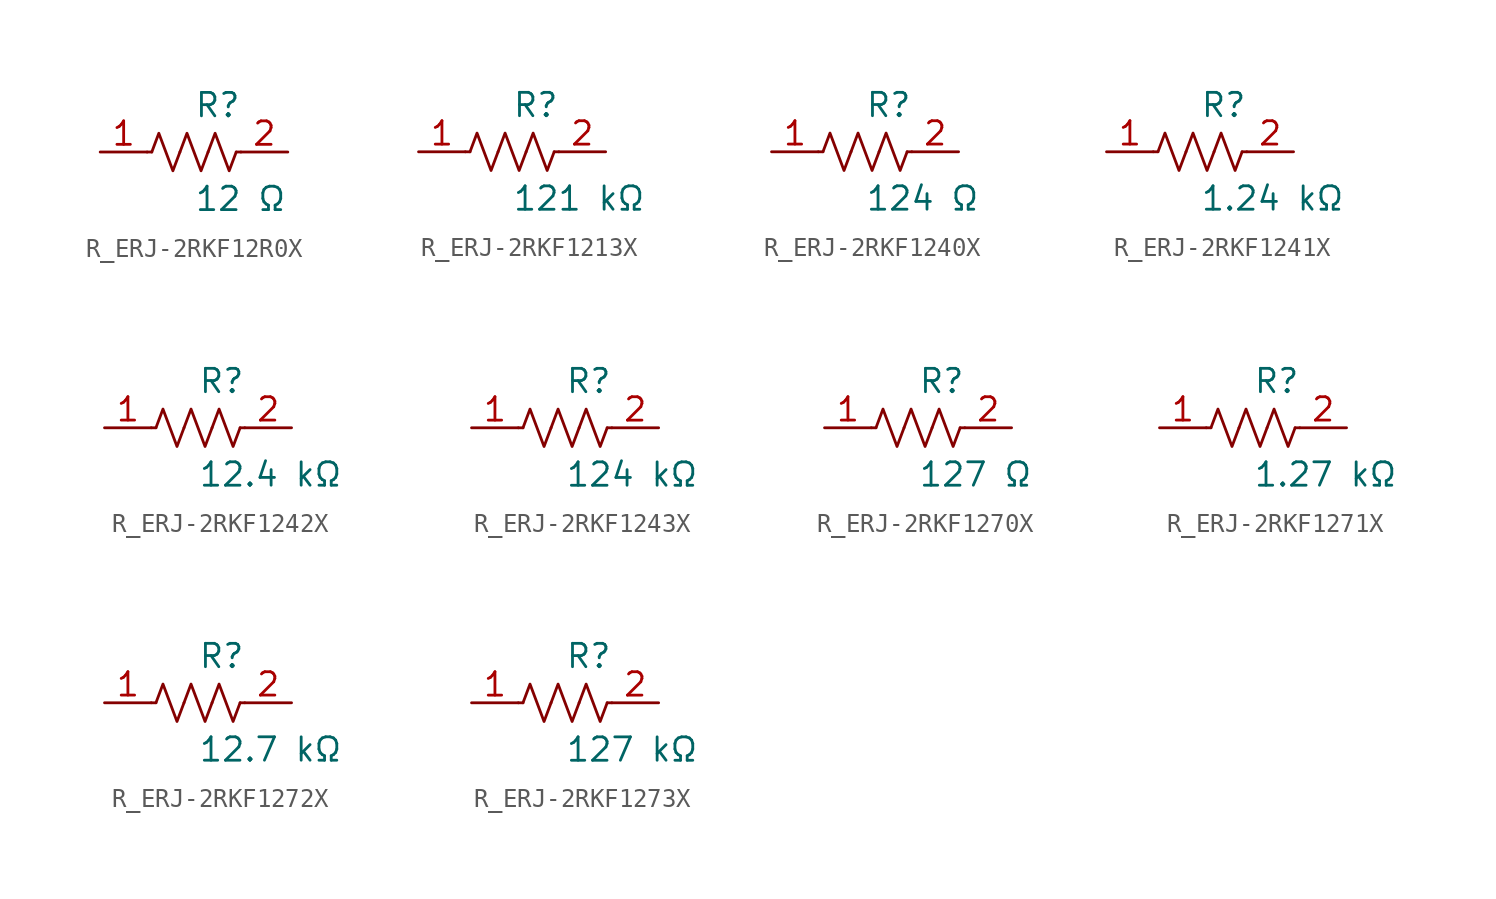
<source format=kicad_sym>
(kicad_symbol_lib
  (version 20231120)
  (generator kicad_symbol_editor)
  (generator_version 8.0)
  (symbol "R_ERJ-2RKF12R0X"
    (pin_names
      (offset 0.254))
    (property "Reference" "R"
      (at 0 2.54 0)
      (effects (font (size 1.27 1.27)) (justify left)))
    (property "Value" "12 Ω"
      (at 0 -2.54 0)
      (effects (font (size 1.27 1.27)) (justify left)))
    (symbol "R_ERJ-2RKF12R0X_0_1"
      (polyline (pts (xy 2.286 0) (xy 2.54 0)) (stroke (width 0) (type default)) (fill (type none)))
      (polyline (pts (xy -2.286 0) (xy -2.54 0)) (stroke (width 0) (type default)) (fill (type none)))
      (polyline (pts (xy 0.762 0) (xy 1.143 1.016) (xy 1.524 0) (xy 1.905 -1.016) (xy 2.286 0)) (stroke (width 0) (type default)) (fill (type none)))
      (polyline (pts (xy -0.762 0) (xy -0.381 1.016) (xy 0 0) (xy 0.381 -1.016) (xy 0.762 0)) (stroke (width 0) (type default)) (fill (type none)))
      (polyline (pts (xy -2.286 0) (xy -1.905 1.016) (xy -1.524 0) (xy -1.143 -1.016) (xy -0.762 0)) (stroke (width 0) (type default)) (fill (type none))))
    (pin passive line
      (at -5.08 0 0)
      (length 2.54)
      (name "" (effects (font (size 1.27 1.27))))
      (number "1" (effects (font (size 1.27 1.27)))))
    (pin passive line
      (at 5.08 0 180)
      (length 2.54)
      (name "" (effects (font (size 1.27 1.27))))
      (number "2" (effects (font (size 1.27 1.27))))))
  (symbol "R_ERJ-2RKF1213X"
    (pin_names
      (offset 0.254))
    (property "Reference" "R"
      (at 0 2.54 0)
      (effects (font (size 1.27 1.27)) (justify left)))
    (property "Value" "121 kΩ"
      (at 0 -2.54 0)
      (effects (font (size 1.27 1.27)) (justify left)))
    (symbol "R_ERJ-2RKF1213X_0_1"
      (polyline (pts (xy 2.286 0) (xy 2.54 0)) (stroke (width 0) (type default)) (fill (type none)))
      (polyline (pts (xy -2.286 0) (xy -2.54 0)) (stroke (width 0) (type default)) (fill (type none)))
      (polyline (pts (xy 0.762 0) (xy 1.143 1.016) (xy 1.524 0) (xy 1.905 -1.016) (xy 2.286 0)) (stroke (width 0) (type default)) (fill (type none)))
      (polyline (pts (xy -0.762 0) (xy -0.381 1.016) (xy 0 0) (xy 0.381 -1.016) (xy 0.762 0)) (stroke (width 0) (type default)) (fill (type none)))
      (polyline (pts (xy -2.286 0) (xy -1.905 1.016) (xy -1.524 0) (xy -1.143 -1.016) (xy -0.762 0)) (stroke (width 0) (type default)) (fill (type none))))
    (pin passive line
      (at -5.08 0 0)
      (length 2.54)
      (name "" (effects (font (size 1.27 1.27))))
      (number "1" (effects (font (size 1.27 1.27)))))
    (pin passive line
      (at 5.08 0 180)
      (length 2.54)
      (name "" (effects (font (size 1.27 1.27))))
      (number "2" (effects (font (size 1.27 1.27))))))
  (symbol "R_ERJ-2RKF1240X"
    (pin_names
      (offset 0.254))
    (property "Reference" "R"
      (at 0 2.54 0)
      (effects (font (size 1.27 1.27)) (justify left)))
    (property "Value" "124 Ω"
      (at 0 -2.54 0)
      (effects (font (size 1.27 1.27)) (justify left)))
    (symbol "R_ERJ-2RKF1240X_0_1"
      (polyline (pts (xy 2.286 0) (xy 2.54 0)) (stroke (width 0) (type default)) (fill (type none)))
      (polyline (pts (xy -2.286 0) (xy -2.54 0)) (stroke (width 0) (type default)) (fill (type none)))
      (polyline (pts (xy 0.762 0) (xy 1.143 1.016) (xy 1.524 0) (xy 1.905 -1.016) (xy 2.286 0)) (stroke (width 0) (type default)) (fill (type none)))
      (polyline (pts (xy -0.762 0) (xy -0.381 1.016) (xy 0 0) (xy 0.381 -1.016) (xy 0.762 0)) (stroke (width 0) (type default)) (fill (type none)))
      (polyline (pts (xy -2.286 0) (xy -1.905 1.016) (xy -1.524 0) (xy -1.143 -1.016) (xy -0.762 0)) (stroke (width 0) (type default)) (fill (type none))))
    (pin passive line
      (at -5.08 0 0)
      (length 2.54)
      (name "" (effects (font (size 1.27 1.27))))
      (number "1" (effects (font (size 1.27 1.27)))))
    (pin passive line
      (at 5.08 0 180)
      (length 2.54)
      (name "" (effects (font (size 1.27 1.27))))
      (number "2" (effects (font (size 1.27 1.27))))))
  (symbol "R_ERJ-2RKF1241X"
    (pin_names
      (offset 0.254))
    (property "Reference" "R"
      (at 0 2.54 0)
      (effects (font (size 1.27 1.27)) (justify left)))
    (property "Value" "1.24 kΩ"
      (at 0 -2.54 0)
      (effects (font (size 1.27 1.27)) (justify left)))
    (symbol "R_ERJ-2RKF1241X_0_1"
      (polyline (pts (xy 2.286 0) (xy 2.54 0)) (stroke (width 0) (type default)) (fill (type none)))
      (polyline (pts (xy -2.286 0) (xy -2.54 0)) (stroke (width 0) (type default)) (fill (type none)))
      (polyline (pts (xy 0.762 0) (xy 1.143 1.016) (xy 1.524 0) (xy 1.905 -1.016) (xy 2.286 0)) (stroke (width 0) (type default)) (fill (type none)))
      (polyline (pts (xy -0.762 0) (xy -0.381 1.016) (xy 0 0) (xy 0.381 -1.016) (xy 0.762 0)) (stroke (width 0) (type default)) (fill (type none)))
      (polyline (pts (xy -2.286 0) (xy -1.905 1.016) (xy -1.524 0) (xy -1.143 -1.016) (xy -0.762 0)) (stroke (width 0) (type default)) (fill (type none))))
    (pin passive line
      (at -5.08 0 0)
      (length 2.54)
      (name "" (effects (font (size 1.27 1.27))))
      (number "1" (effects (font (size 1.27 1.27)))))
    (pin passive line
      (at 5.08 0 180)
      (length 2.54)
      (name "" (effects (font (size 1.27 1.27))))
      (number "2" (effects (font (size 1.27 1.27))))))
  (symbol "R_ERJ-2RKF1242X"
    (pin_names
      (offset 0.254))
    (property "Reference" "R"
      (at 0 2.54 0)
      (effects (font (size 1.27 1.27)) (justify left)))
    (property "Value" "12.4 kΩ"
      (at 0 -2.54 0)
      (effects (font (size 1.27 1.27)) (justify left)))
    (symbol "R_ERJ-2RKF1242X_0_1"
      (polyline (pts (xy 2.286 0) (xy 2.54 0)) (stroke (width 0) (type default)) (fill (type none)))
      (polyline (pts (xy -2.286 0) (xy -2.54 0)) (stroke (width 0) (type default)) (fill (type none)))
      (polyline (pts (xy 0.762 0) (xy 1.143 1.016) (xy 1.524 0) (xy 1.905 -1.016) (xy 2.286 0)) (stroke (width 0) (type default)) (fill (type none)))
      (polyline (pts (xy -0.762 0) (xy -0.381 1.016) (xy 0 0) (xy 0.381 -1.016) (xy 0.762 0)) (stroke (width 0) (type default)) (fill (type none)))
      (polyline (pts (xy -2.286 0) (xy -1.905 1.016) (xy -1.524 0) (xy -1.143 -1.016) (xy -0.762 0)) (stroke (width 0) (type default)) (fill (type none))))
    (pin passive line
      (at -5.08 0 0)
      (length 2.54)
      (name "" (effects (font (size 1.27 1.27))))
      (number "1" (effects (font (size 1.27 1.27)))))
    (pin passive line
      (at 5.08 0 180)
      (length 2.54)
      (name "" (effects (font (size 1.27 1.27))))
      (number "2" (effects (font (size 1.27 1.27))))))
  (symbol "R_ERJ-2RKF1243X"
    (pin_names
      (offset 0.254))
    (property "Reference" "R"
      (at 0 2.54 0)
      (effects (font (size 1.27 1.27)) (justify left)))
    (property "Value" "124 kΩ"
      (at 0 -2.54 0)
      (effects (font (size 1.27 1.27)) (justify left)))
    (symbol "R_ERJ-2RKF1243X_0_1"
      (polyline (pts (xy 2.286 0) (xy 2.54 0)) (stroke (width 0) (type default)) (fill (type none)))
      (polyline (pts (xy -2.286 0) (xy -2.54 0)) (stroke (width 0) (type default)) (fill (type none)))
      (polyline (pts (xy 0.762 0) (xy 1.143 1.016) (xy 1.524 0) (xy 1.905 -1.016) (xy 2.286 0)) (stroke (width 0) (type default)) (fill (type none)))
      (polyline (pts (xy -0.762 0) (xy -0.381 1.016) (xy 0 0) (xy 0.381 -1.016) (xy 0.762 0)) (stroke (width 0) (type default)) (fill (type none)))
      (polyline (pts (xy -2.286 0) (xy -1.905 1.016) (xy -1.524 0) (xy -1.143 -1.016) (xy -0.762 0)) (stroke (width 0) (type default)) (fill (type none))))
    (pin passive line
      (at -5.08 0 0)
      (length 2.54)
      (name "" (effects (font (size 1.27 1.27))))
      (number "1" (effects (font (size 1.27 1.27)))))
    (pin passive line
      (at 5.08 0 180)
      (length 2.54)
      (name "" (effects (font (size 1.27 1.27))))
      (number "2" (effects (font (size 1.27 1.27))))))
  (symbol "R_ERJ-2RKF1270X"
    (pin_names
      (offset 0.254))
    (property "Reference" "R"
      (at 0 2.54 0)
      (effects (font (size 1.27 1.27)) (justify left)))
    (property "Value" "127 Ω"
      (at 0 -2.54 0)
      (effects (font (size 1.27 1.27)) (justify left)))
    (symbol "R_ERJ-2RKF1270X_0_1"
      (polyline (pts (xy 2.286 0) (xy 2.54 0)) (stroke (width 0) (type default)) (fill (type none)))
      (polyline (pts (xy -2.286 0) (xy -2.54 0)) (stroke (width 0) (type default)) (fill (type none)))
      (polyline (pts (xy 0.762 0) (xy 1.143 1.016) (xy 1.524 0) (xy 1.905 -1.016) (xy 2.286 0)) (stroke (width 0) (type default)) (fill (type none)))
      (polyline (pts (xy -0.762 0) (xy -0.381 1.016) (xy 0 0) (xy 0.381 -1.016) (xy 0.762 0)) (stroke (width 0) (type default)) (fill (type none)))
      (polyline (pts (xy -2.286 0) (xy -1.905 1.016) (xy -1.524 0) (xy -1.143 -1.016) (xy -0.762 0)) (stroke (width 0) (type default)) (fill (type none))))
    (pin passive line
      (at -5.08 0 0)
      (length 2.54)
      (name "" (effects (font (size 1.27 1.27))))
      (number "1" (effects (font (size 1.27 1.27)))))
    (pin passive line
      (at 5.08 0 180)
      (length 2.54)
      (name "" (effects (font (size 1.27 1.27))))
      (number "2" (effects (font (size 1.27 1.27))))))
  (symbol "R_ERJ-2RKF1271X"
    (pin_names
      (offset 0.254))
    (property "Reference" "R"
      (at 0 2.54 0)
      (effects (font (size 1.27 1.27)) (justify left)))
    (property "Value" "1.27 kΩ"
      (at 0 -2.54 0)
      (effects (font (size 1.27 1.27)) (justify left)))
    (symbol "R_ERJ-2RKF1271X_0_1"
      (polyline (pts (xy 2.286 0) (xy 2.54 0)) (stroke (width 0) (type default)) (fill (type none)))
      (polyline (pts (xy -2.286 0) (xy -2.54 0)) (stroke (width 0) (type default)) (fill (type none)))
      (polyline (pts (xy 0.762 0) (xy 1.143 1.016) (xy 1.524 0) (xy 1.905 -1.016) (xy 2.286 0)) (stroke (width 0) (type default)) (fill (type none)))
      (polyline (pts (xy -0.762 0) (xy -0.381 1.016) (xy 0 0) (xy 0.381 -1.016) (xy 0.762 0)) (stroke (width 0) (type default)) (fill (type none)))
      (polyline (pts (xy -2.286 0) (xy -1.905 1.016) (xy -1.524 0) (xy -1.143 -1.016) (xy -0.762 0)) (stroke (width 0) (type default)) (fill (type none))))
    (pin passive line
      (at -5.08 0 0)
      (length 2.54)
      (name "" (effects (font (size 1.27 1.27))))
      (number "1" (effects (font (size 1.27 1.27)))))
    (pin passive line
      (at 5.08 0 180)
      (length 2.54)
      (name "" (effects (font (size 1.27 1.27))))
      (number "2" (effects (font (size 1.27 1.27))))))
  (symbol "R_ERJ-2RKF1272X"
    (pin_names
      (offset 0.254))
    (property "Reference" "R"
      (at 0 2.54 0)
      (effects (font (size 1.27 1.27)) (justify left)))
    (property "Value" "12.7 kΩ"
      (at 0 -2.54 0)
      (effects (font (size 1.27 1.27)) (justify left)))
    (symbol "R_ERJ-2RKF1272X_0_1"
      (polyline (pts (xy 2.286 0) (xy 2.54 0)) (stroke (width 0) (type default)) (fill (type none)))
      (polyline (pts (xy -2.286 0) (xy -2.54 0)) (stroke (width 0) (type default)) (fill (type none)))
      (polyline (pts (xy 0.762 0) (xy 1.143 1.016) (xy 1.524 0) (xy 1.905 -1.016) (xy 2.286 0)) (stroke (width 0) (type default)) (fill (type none)))
      (polyline (pts (xy -0.762 0) (xy -0.381 1.016) (xy 0 0) (xy 0.381 -1.016) (xy 0.762 0)) (stroke (width 0) (type default)) (fill (type none)))
      (polyline (pts (xy -2.286 0) (xy -1.905 1.016) (xy -1.524 0) (xy -1.143 -1.016) (xy -0.762 0)) (stroke (width 0) (type default)) (fill (type none))))
    (pin passive line
      (at -5.08 0 0)
      (length 2.54)
      (name "" (effects (font (size 1.27 1.27))))
      (number "1" (effects (font (size 1.27 1.27)))))
    (pin passive line
      (at 5.08 0 180)
      (length 2.54)
      (name "" (effects (font (size 1.27 1.27))))
      (number "2" (effects (font (size 1.27 1.27))))))
  (symbol "R_ERJ-2RKF1273X"
    (pin_names
      (offset 0.254))
    (property "Reference" "R"
      (at 0 2.54 0)
      (effects (font (size 1.27 1.27)) (justify left)))
    (property "Value" "127 kΩ"
      (at 0 -2.54 0)
      (effects (font (size 1.27 1.27)) (justify left)))
    (symbol "R_ERJ-2RKF1273X_0_1"
      (polyline (pts (xy 2.286 0) (xy 2.54 0)) (stroke (width 0) (type default)) (fill (type none)))
      (polyline (pts (xy -2.286 0) (xy -2.54 0)) (stroke (width 0) (type default)) (fill (type none)))
      (polyline (pts (xy 0.762 0) (xy 1.143 1.016) (xy 1.524 0) (xy 1.905 -1.016) (xy 2.286 0)) (stroke (width 0) (type default)) (fill (type none)))
      (polyline (pts (xy -0.762 0) (xy -0.381 1.016) (xy 0 0) (xy 0.381 -1.016) (xy 0.762 0)) (stroke (width 0) (type default)) (fill (type none)))
      (polyline (pts (xy -2.286 0) (xy -1.905 1.016) (xy -1.524 0) (xy -1.143 -1.016) (xy -0.762 0)) (stroke (width 0) (type default)) (fill (type none))))
    (pin passive line
      (at -5.08 0 0)
      (length 2.54)
      (name "" (effects (font (size 1.27 1.27))))
      (number "1" (effects (font (size 1.27 1.27)))))
    (pin passive line
      (at 5.08 0 180)
      (length 2.54)
      (name "" (effects (font (size 1.27 1.27))))
      (number "2" (effects (font (size 1.27 1.27)))))))
</source>
